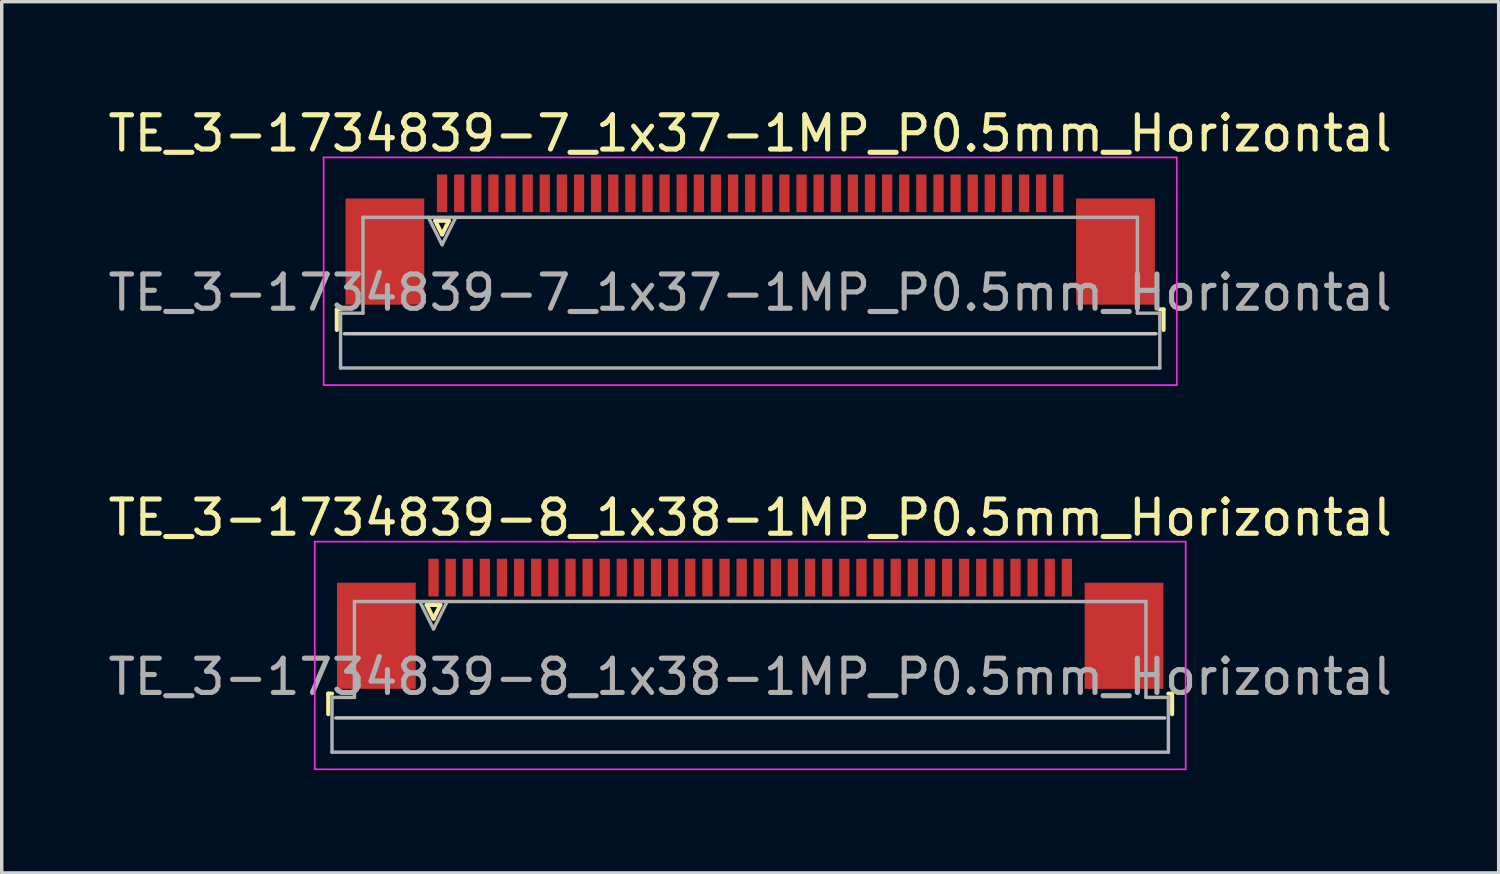
<source format=kicad_pcb>
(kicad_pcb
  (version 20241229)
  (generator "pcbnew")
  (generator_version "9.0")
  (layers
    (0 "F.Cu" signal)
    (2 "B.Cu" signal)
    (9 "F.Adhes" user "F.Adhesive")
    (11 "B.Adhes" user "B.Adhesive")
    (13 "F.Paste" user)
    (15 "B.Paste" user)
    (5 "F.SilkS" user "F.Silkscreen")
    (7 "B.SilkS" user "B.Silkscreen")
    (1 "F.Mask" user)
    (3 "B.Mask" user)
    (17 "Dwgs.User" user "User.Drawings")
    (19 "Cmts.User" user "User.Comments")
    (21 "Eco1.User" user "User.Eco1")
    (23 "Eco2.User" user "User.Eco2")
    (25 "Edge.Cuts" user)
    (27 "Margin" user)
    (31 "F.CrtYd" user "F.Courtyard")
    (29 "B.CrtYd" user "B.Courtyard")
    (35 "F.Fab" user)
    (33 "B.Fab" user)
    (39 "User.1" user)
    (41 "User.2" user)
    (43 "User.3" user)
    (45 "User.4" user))
  (footprint "TE_3-1734839-7_1x37-1MP_P0.5mm_Horizontal"
    (layer "F.Cu")
    (at 18.863 3.948)
    (property "Reference" "TE_3-1734839-7_1x37-1MP_P0.5mm_Horizontal" (at 0 -3.1 0) (layer "F.SilkS") (effects (font (size 1 1) (thickness 0.15))))
    (attr smd)
    (fp_line (start -12.075 2.04) (end -12.075 2.64) (stroke (width 0.12) (type solid)) (layer "F.SilkS"))
    (fp_line (start -11.965 2.04) (end -12.075 2.04) (stroke (width 0.12) (type solid)) (layer "F.SilkS"))
    (fp_line (start -9.2 -0.55) (end -9 -0.15) (stroke (width 0.12) (type solid)) (layer "F.SilkS"))
    (fp_line (start -9 -0.15) (end -8.8 -0.55) (stroke (width 0.12) (type solid)) (layer "F.SilkS"))
    (fp_line (start -8.8 -0.55) (end -9.2 -0.55) (stroke (width 0.12) (type solid)) (layer "F.SilkS"))
    (fp_line (start 11.965 2.04) (end 12.075 2.04) (stroke (width 0.12) (type solid)) (layer "F.SilkS"))
    (fp_line (start 12.075 2.04) (end 12.075 2.64) (stroke (width 0.12) (type solid)) (layer "F.SilkS"))
    (fp_line (start 11.855 2.75) (end -11.855 2.75) (stroke (width 0.1) (type solid)) (layer "Dwgs.User"))
    (fp_line (start -12.46 -2.4) (end -12.46 4.25) (stroke (width 0.05) (type solid)) (layer "F.CrtYd"))
    (fp_line (start -12.46 4.25) (end 12.46 4.25) (stroke (width 0.05) (type solid)) (layer "F.CrtYd"))
    (fp_line (start 12.46 -2.4) (end -12.46 -2.4) (stroke (width 0.05) (type solid)) (layer "F.CrtYd"))
    (fp_line (start 12.46 4.25) (end 12.46 -2.4) (stroke (width 0.05) (type solid)) (layer "F.CrtYd"))
    (fp_line (start -11.965 2.15) (end -11.31 2.15) (stroke (width 0.1) (type solid)) (layer "F.Fab"))
    (fp_line (start -11.965 3.75) (end -11.965 2.15) (stroke (width 0.1) (type solid)) (layer "F.Fab"))
    (fp_line (start -11.31 -0.65) (end 11.31 -0.65) (stroke (width 0.1) (type solid)) (layer "F.Fab"))
    (fp_line (start -11.31 2.15) (end -11.31 -0.65) (stroke (width 0.1) (type solid)) (layer "F.Fab"))
    (fp_line (start -9.4 -0.65) (end -9 0.15) (stroke (width 0.1) (type solid)) (layer "F.Fab"))
    (fp_line (start -9 0.15) (end -8.6 -0.65) (stroke (width 0.1) (type solid)) (layer "F.Fab"))
    (fp_line (start 11.31 -0.65) (end 11.31 2.15) (stroke (width 0.1) (type solid)) (layer "F.Fab"))
    (fp_line (start 11.31 2.15) (end 11.965 2.15) (stroke (width 0.1) (type solid)) (layer "F.Fab"))
    (fp_line (start 11.965 2.15) (end 11.965 3.75) (stroke (width 0.1) (type solid)) (layer "F.Fab"))
    (fp_line (start 11.965 3.75) (end -11.965 3.75) (stroke (width 0.1) (type solid)) (layer "F.Fab"))
    (fp_text user "${REFERENCE}" (at 0 1.55 0) (layer "F.Fab") (effects (font (size 1 1) (thickness 0.15))))
    (pad "1" smd rect (at -9 -1.35) (size 0.3 1.1) (layers "F.Cu" "F.Mask" "F.Paste"))
    (pad "2" smd rect (at -8.5 -1.35) (size 0.3 1.1) (layers "F.Cu" "F.Mask" "F.Paste"))
    (pad "3" smd rect (at -8 -1.35) (size 0.3 1.1) (layers "F.Cu" "F.Mask" "F.Paste"))
    (pad "4" smd rect (at -7.5 -1.35) (size 0.3 1.1) (layers "F.Cu" "F.Mask" "F.Paste"))
    (pad "5" smd rect (at -7 -1.35) (size 0.3 1.1) (layers "F.Cu" "F.Mask" "F.Paste"))
    (pad "6" smd rect (at -6.5 -1.35) (size 0.3 1.1) (layers "F.Cu" "F.Mask" "F.Paste"))
    (pad "7" smd rect (at -6 -1.35) (size 0.3 1.1) (layers "F.Cu" "F.Mask" "F.Paste"))
    (pad "8" smd rect (at -5.5 -1.35) (size 0.3 1.1) (layers "F.Cu" "F.Mask" "F.Paste"))
    (pad "9" smd rect (at -5 -1.35) (size 0.3 1.1) (layers "F.Cu" "F.Mask" "F.Paste"))
    (pad "10" smd rect (at -4.5 -1.35) (size 0.3 1.1) (layers "F.Cu" "F.Mask" "F.Paste"))
    (pad "11" smd rect (at -4 -1.35) (size 0.3 1.1) (layers "F.Cu" "F.Mask" "F.Paste"))
    (pad "12" smd rect (at -3.5 -1.35) (size 0.3 1.1) (layers "F.Cu" "F.Mask" "F.Paste"))
    (pad "13" smd rect (at -3 -1.35) (size 0.3 1.1) (layers "F.Cu" "F.Mask" "F.Paste"))
    (pad "14" smd rect (at -2.5 -1.35) (size 0.3 1.1) (layers "F.Cu" "F.Mask" "F.Paste"))
    (pad "15" smd rect (at -2 -1.35) (size 0.3 1.1) (layers "F.Cu" "F.Mask" "F.Paste"))
    (pad "16" smd rect (at -1.5 -1.35) (size 0.3 1.1) (layers "F.Cu" "F.Mask" "F.Paste"))
    (pad "17" smd rect (at -1 -1.35) (size 0.3 1.1) (layers "F.Cu" "F.Mask" "F.Paste"))
    (pad "18" smd rect (at -0.5 -1.35) (size 0.3 1.1) (layers "F.Cu" "F.Mask" "F.Paste"))
    (pad "19" smd rect (at 0 -1.35) (size 0.3 1.1) (layers "F.Cu" "F.Mask" "F.Paste"))
    (pad "20" smd rect (at 0.5 -1.35) (size 0.3 1.1) (layers "F.Cu" "F.Mask" "F.Paste"))
    (pad "21" smd rect (at 1 -1.35) (size 0.3 1.1) (layers "F.Cu" "F.Mask" "F.Paste"))
    (pad "22" smd rect (at 1.5 -1.35) (size 0.3 1.1) (layers "F.Cu" "F.Mask" "F.Paste"))
    (pad "23" smd rect (at 2 -1.35) (size 0.3 1.1) (layers "F.Cu" "F.Mask" "F.Paste"))
    (pad "24" smd rect (at 2.5 -1.35) (size 0.3 1.1) (layers "F.Cu" "F.Mask" "F.Paste"))
    (pad "25" smd rect (at 3 -1.35) (size 0.3 1.1) (layers "F.Cu" "F.Mask" "F.Paste"))
    (pad "26" smd rect (at 3.5 -1.35) (size 0.3 1.1) (layers "F.Cu" "F.Mask" "F.Paste"))
    (pad "27" smd rect (at 4 -1.35) (size 0.3 1.1) (layers "F.Cu" "F.Mask" "F.Paste"))
    (pad "28" smd rect (at 4.5 -1.35) (size 0.3 1.1) (layers "F.Cu" "F.Mask" "F.Paste"))
    (pad "29" smd rect (at 5 -1.35) (size 0.3 1.1) (layers "F.Cu" "F.Mask" "F.Paste"))
    (pad "30" smd rect (at 5.5 -1.35) (size 0.3 1.1) (layers "F.Cu" "F.Mask" "F.Paste"))
    (pad "31" smd rect (at 6 -1.35) (size 0.3 1.1) (layers "F.Cu" "F.Mask" "F.Paste"))
    (pad "32" smd rect (at 6.5 -1.35) (size 0.3 1.1) (layers "F.Cu" "F.Mask" "F.Paste"))
    (pad "33" smd rect (at 7 -1.35) (size 0.3 1.1) (layers "F.Cu" "F.Mask" "F.Paste"))
    (pad "34" smd rect (at 7.5 -1.35) (size 0.3 1.1) (layers "F.Cu" "F.Mask" "F.Paste"))
    (pad "35" smd rect (at 8 -1.35) (size 0.3 1.1) (layers "F.Cu" "F.Mask" "F.Paste"))
    (pad "36" smd rect (at 8.5 -1.35) (size 0.3 1.1) (layers "F.Cu" "F.Mask" "F.Paste"))
    (pad "37" smd rect (at 9 -1.35) (size 0.3 1.1) (layers "F.Cu" "F.Mask" "F.Paste"))
    (pad "MP" smd rect (at -10.67 0.35) (size 2.3 3.1) (layers "F.Cu" "F.Mask" "F.Paste"))
    (pad "MP" smd rect (at 10.67 0.35) (size 2.3 3.1) (layers "F.Cu" "F.Mask" "F.Paste")))
  (footprint "TE_3-1734839-8_1x38-1MP_P0.5mm_Horizontal"
    (layer "F.Cu")
    (at 18.863 15.171)
    (property "Reference" "TE_3-1734839-8_1x38-1MP_P0.5mm_Horizontal" (at 0 -3.1 0) (layer "F.SilkS") (effects (font (size 1 1) (thickness 0.15))))
    (attr smd)
    (fp_line (start -12.325 2.04) (end -12.325 2.64) (stroke (width 0.12) (type solid)) (layer "F.SilkS"))
    (fp_line (start -12.215 2.04) (end -12.325 2.04) (stroke (width 0.12) (type solid)) (layer "F.SilkS"))
    (fp_line (start -9.45 -0.55) (end -9.25 -0.15) (stroke (width 0.12) (type solid)) (layer "F.SilkS"))
    (fp_line (start -9.25 -0.15) (end -9.05 -0.55) (stroke (width 0.12) (type solid)) (layer "F.SilkS"))
    (fp_line (start -9.05 -0.55) (end -9.45 -0.55) (stroke (width 0.12) (type solid)) (layer "F.SilkS"))
    (fp_line (start 12.215 2.04) (end 12.325 2.04) (stroke (width 0.12) (type solid)) (layer "F.SilkS"))
    (fp_line (start 12.325 2.04) (end 12.325 2.64) (stroke (width 0.12) (type solid)) (layer "F.SilkS"))
    (fp_line (start 12.105 2.75) (end -12.105 2.75) (stroke (width 0.1) (type solid)) (layer "Dwgs.User"))
    (fp_line (start -12.72 -2.4) (end -12.72 4.25) (stroke (width 0.05) (type solid)) (layer "F.CrtYd"))
    (fp_line (start -12.72 4.25) (end 12.72 4.25) (stroke (width 0.05) (type solid)) (layer "F.CrtYd"))
    (fp_line (start 12.72 -2.4) (end -12.72 -2.4) (stroke (width 0.05) (type solid)) (layer "F.CrtYd"))
    (fp_line (start 12.72 4.25) (end 12.72 -2.4) (stroke (width 0.05) (type solid)) (layer "F.CrtYd"))
    (fp_line (start -12.215 2.15) (end -11.56 2.15) (stroke (width 0.1) (type solid)) (layer "F.Fab"))
    (fp_line (start -12.215 3.75) (end -12.215 2.15) (stroke (width 0.1) (type solid)) (layer "F.Fab"))
    (fp_line (start -11.56 -0.65) (end 11.56 -0.65) (stroke (width 0.1) (type solid)) (layer "F.Fab"))
    (fp_line (start -11.56 2.15) (end -11.56 -0.65) (stroke (width 0.1) (type solid)) (layer "F.Fab"))
    (fp_line (start -9.65 -0.65) (end -9.25 0.15) (stroke (width 0.1) (type solid)) (layer "F.Fab"))
    (fp_line (start -9.25 0.15) (end -8.85 -0.65) (stroke (width 0.1) (type solid)) (layer "F.Fab"))
    (fp_line (start 11.56 -0.65) (end 11.56 2.15) (stroke (width 0.1) (type solid)) (layer "F.Fab"))
    (fp_line (start 11.56 2.15) (end 12.215 2.15) (stroke (width 0.1) (type solid)) (layer "F.Fab"))
    (fp_line (start 12.215 2.15) (end 12.215 3.75) (stroke (width 0.1) (type solid)) (layer "F.Fab"))
    (fp_line (start 12.215 3.75) (end -12.215 3.75) (stroke (width 0.1) (type solid)) (layer "F.Fab"))
    (fp_text user "${REFERENCE}" (at 0 1.55 0) (layer "F.Fab") (effects (font (size 1 1) (thickness 0.15))))
    (pad "1" smd rect (at -9.25 -1.35) (size 0.3 1.1) (layers "F.Cu" "F.Mask" "F.Paste"))
    (pad "2" smd rect (at -8.75 -1.35) (size 0.3 1.1) (layers "F.Cu" "F.Mask" "F.Paste"))
    (pad "3" smd rect (at -8.25 -1.35) (size 0.3 1.1) (layers "F.Cu" "F.Mask" "F.Paste"))
    (pad "4" smd rect (at -7.75 -1.35) (size 0.3 1.1) (layers "F.Cu" "F.Mask" "F.Paste"))
    (pad "5" smd rect (at -7.25 -1.35) (size 0.3 1.1) (layers "F.Cu" "F.Mask" "F.Paste"))
    (pad "6" smd rect (at -6.75 -1.35) (size 0.3 1.1) (layers "F.Cu" "F.Mask" "F.Paste"))
    (pad "7" smd rect (at -6.25 -1.35) (size 0.3 1.1) (layers "F.Cu" "F.Mask" "F.Paste"))
    (pad "8" smd rect (at -5.75 -1.35) (size 0.3 1.1) (layers "F.Cu" "F.Mask" "F.Paste"))
    (pad "9" smd rect (at -5.25 -1.35) (size 0.3 1.1) (layers "F.Cu" "F.Mask" "F.Paste"))
    (pad "10" smd rect (at -4.75 -1.35) (size 0.3 1.1) (layers "F.Cu" "F.Mask" "F.Paste"))
    (pad "11" smd rect (at -4.25 -1.35) (size 0.3 1.1) (layers "F.Cu" "F.Mask" "F.Paste"))
    (pad "12" smd rect (at -3.75 -1.35) (size 0.3 1.1) (layers "F.Cu" "F.Mask" "F.Paste"))
    (pad "13" smd rect (at -3.25 -1.35) (size 0.3 1.1) (layers "F.Cu" "F.Mask" "F.Paste"))
    (pad "14" smd rect (at -2.75 -1.35) (size 0.3 1.1) (layers "F.Cu" "F.Mask" "F.Paste"))
    (pad "15" smd rect (at -2.25 -1.35) (size 0.3 1.1) (layers "F.Cu" "F.Mask" "F.Paste"))
    (pad "16" smd rect (at -1.75 -1.35) (size 0.3 1.1) (layers "F.Cu" "F.Mask" "F.Paste"))
    (pad "17" smd rect (at -1.25 -1.35) (size 0.3 1.1) (layers "F.Cu" "F.Mask" "F.Paste"))
    (pad "18" smd rect (at -0.75 -1.35) (size 0.3 1.1) (layers "F.Cu" "F.Mask" "F.Paste"))
    (pad "19" smd rect (at -0.25 -1.35) (size 0.3 1.1) (layers "F.Cu" "F.Mask" "F.Paste"))
    (pad "20" smd rect (at 0.25 -1.35) (size 0.3 1.1) (layers "F.Cu" "F.Mask" "F.Paste"))
    (pad "21" smd rect (at 0.75 -1.35) (size 0.3 1.1) (layers "F.Cu" "F.Mask" "F.Paste"))
    (pad "22" smd rect (at 1.25 -1.35) (size 0.3 1.1) (layers "F.Cu" "F.Mask" "F.Paste"))
    (pad "23" smd rect (at 1.75 -1.35) (size 0.3 1.1) (layers "F.Cu" "F.Mask" "F.Paste"))
    (pad "24" smd rect (at 2.25 -1.35) (size 0.3 1.1) (layers "F.Cu" "F.Mask" "F.Paste"))
    (pad "25" smd rect (at 2.75 -1.35) (size 0.3 1.1) (layers "F.Cu" "F.Mask" "F.Paste"))
    (pad "26" smd rect (at 3.25 -1.35) (size 0.3 1.1) (layers "F.Cu" "F.Mask" "F.Paste"))
    (pad "27" smd rect (at 3.75 -1.35) (size 0.3 1.1) (layers "F.Cu" "F.Mask" "F.Paste"))
    (pad "28" smd rect (at 4.25 -1.35) (size 0.3 1.1) (layers "F.Cu" "F.Mask" "F.Paste"))
    (pad "29" smd rect (at 4.75 -1.35) (size 0.3 1.1) (layers "F.Cu" "F.Mask" "F.Paste"))
    (pad "30" smd rect (at 5.25 -1.35) (size 0.3 1.1) (layers "F.Cu" "F.Mask" "F.Paste"))
    (pad "31" smd rect (at 5.75 -1.35) (size 0.3 1.1) (layers "F.Cu" "F.Mask" "F.Paste"))
    (pad "32" smd rect (at 6.25 -1.35) (size 0.3 1.1) (layers "F.Cu" "F.Mask" "F.Paste"))
    (pad "33" smd rect (at 6.75 -1.35) (size 0.3 1.1) (layers "F.Cu" "F.Mask" "F.Paste"))
    (pad "34" smd rect (at 7.25 -1.35) (size 0.3 1.1) (layers "F.Cu" "F.Mask" "F.Paste"))
    (pad "35" smd rect (at 7.75 -1.35) (size 0.3 1.1) (layers "F.Cu" "F.Mask" "F.Paste"))
    (pad "36" smd rect (at 8.25 -1.35) (size 0.3 1.1) (layers "F.Cu" "F.Mask" "F.Paste"))
    (pad "37" smd rect (at 8.75 -1.35) (size 0.3 1.1) (layers "F.Cu" "F.Mask" "F.Paste"))
    (pad "38" smd rect (at 9.25 -1.35) (size 0.3 1.1) (layers "F.Cu" "F.Mask" "F.Paste"))
    (pad "MP" smd rect (at -10.92 0.35) (size 2.3 3.1) (layers "F.Cu" "F.Mask" "F.Paste"))
    (pad "MP" smd rect (at 10.92 0.35) (size 2.3 3.1) (layers "F.Cu" "F.Mask" "F.Paste")))
  (gr_rect
    (start -3 -3)
    (end 40.726 22.447)
    (stroke (width 0.1) (type default))
    (fill no)
    (layer "Edge.Cuts")))
</source>
